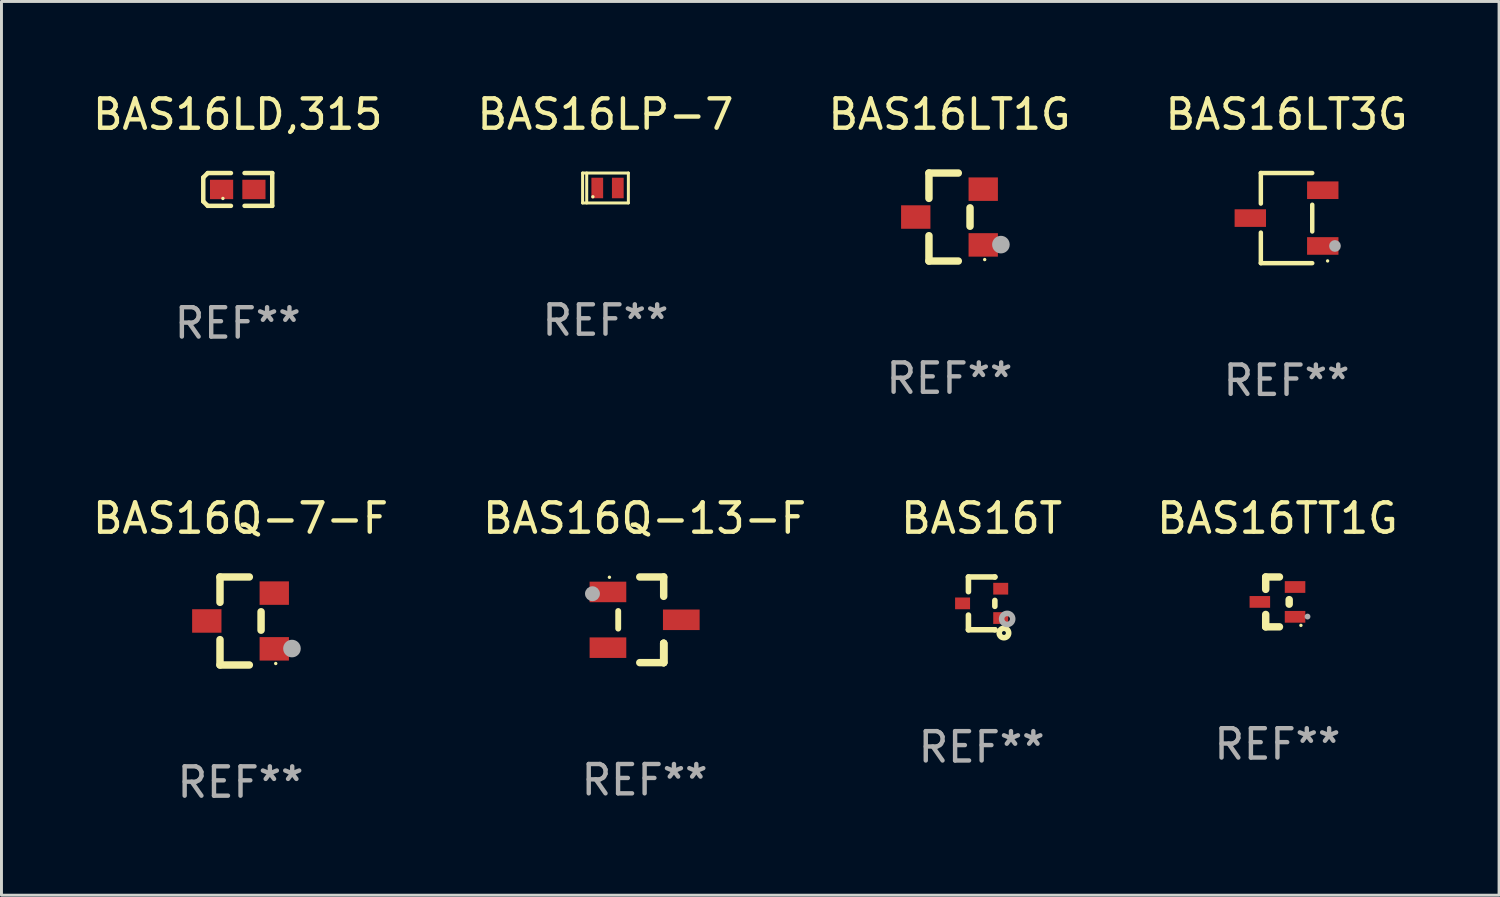
<source format=kicad_pcb>
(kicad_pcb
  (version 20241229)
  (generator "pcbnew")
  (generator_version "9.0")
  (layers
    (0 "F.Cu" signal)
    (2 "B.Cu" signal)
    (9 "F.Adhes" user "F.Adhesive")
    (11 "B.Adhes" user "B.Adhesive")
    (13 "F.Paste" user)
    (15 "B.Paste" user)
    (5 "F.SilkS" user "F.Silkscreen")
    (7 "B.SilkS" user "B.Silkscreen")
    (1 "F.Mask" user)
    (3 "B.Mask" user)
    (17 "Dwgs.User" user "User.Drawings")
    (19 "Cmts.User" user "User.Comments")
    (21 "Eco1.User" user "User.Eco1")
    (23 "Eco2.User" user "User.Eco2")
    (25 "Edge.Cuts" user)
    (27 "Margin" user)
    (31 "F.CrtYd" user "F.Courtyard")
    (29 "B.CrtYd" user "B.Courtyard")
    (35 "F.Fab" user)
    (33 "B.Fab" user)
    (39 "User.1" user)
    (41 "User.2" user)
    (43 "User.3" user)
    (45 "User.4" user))
  (footprint "BAS16LT1G"
    (layer "F.Cu")
    (at 29.315 4.348)
    (property "Reference" "BAS16LT1G" (at 0 -3.5 0) (layer "F.SilkS") (effects (font (size 1 1) (thickness 0.15))))
    (attr through_hole)
    (fp_line (start -0.7 -1.5) (end 0.3 -1.5) (stroke (width 0.254) (type solid)) (layer "F.SilkS"))
    (fp_line (start -0.7 -0.636) (end -0.7 -1.5) (stroke (width 0.254) (type solid)) (layer "F.SilkS"))
    (fp_line (start -0.7 1.5) (end -0.7 0.636) (stroke (width 0.254) (type solid)) (layer "F.SilkS"))
    (fp_line (start -0.7 1.5) (end 0.3 1.5) (stroke (width 0.254) (type solid)) (layer "F.SilkS"))
    (fp_line (start 0.7 0.314) (end 0.7 -0.314) (stroke (width 0.254) (type solid)) (layer "F.SilkS"))
    (fp_circle (center 1.2 1.45) (end 1.23 1.45) (stroke (width 0.06) (type solid)) (fill no) (layer "F.SilkS"))
    (fp_circle (center 1.753 0.94) (end 1.903 0.94) (stroke (width 0.3) (type solid)) (fill no) (layer "F.Fab"))
    (fp_text user "REF**" (at 0 5.5 0) (layer "F.Fab") (effects (font (size 1 1) (thickness 0.15))))
    (pad "1" smd rect (at 1.15 0.95 180) (size 1 0.8) (layers "F.Cu" "F.Mask" "F.Paste"))
    (pad "2" smd rect (at 1.15 -0.95 180) (size 1 0.8) (layers "F.Cu" "F.Mask" "F.Paste"))
    (pad "3" smd rect (at -1.15 -0.000051 180) (size 1 0.8) (layers "F.Cu" "F.Mask" "F.Paste")))
  (footprint "BAS16Q-13-F"
    (layer "F.Cu")
    (at 18.923 18.077)
    (property "Reference" "BAS16Q-13-F" (at 0 -3.46 0) (layer "F.SilkS") (effects (font (size 1 1) (thickness 0.15))))
    (attr through_hole)
    (fp_line (start -0.9 -0.3) (end -0.9 0.3) (stroke (width 0.2) (type solid)) (layer "F.SilkS"))
    (fp_line (start -0.165 -1.46) (end 0.65 -1.46) (stroke (width 0.254) (type solid)) (layer "F.SilkS"))
    (fp_line (start 0.65 -1.46) (end 0.65 -0.8) (stroke (width 0.254) (type solid)) (layer "F.SilkS"))
    (fp_line (start 0.65 0.8) (end 0.65 1.46) (stroke (width 0.254) (type solid)) (layer "F.SilkS"))
    (fp_line (start 0.65 0.8) (end 0.65 1.46) (stroke (width 0.254) (type solid)) (layer "F.SilkS"))
    (fp_line (start 0.65 1.46) (end -0.165 1.46) (stroke (width 0.254) (type solid)) (layer "F.SilkS"))
    (fp_line (start 0.65 1.46) (end 0.65 0.8) (stroke (width 0.254) (type solid)) (layer "F.SilkS"))
    (fp_circle (center -1.2 -1.45) (end -1.17 -1.45) (stroke (width 0.06) (type solid)) (fill no) (layer "F.SilkS"))
    (fp_circle (center -1.778 -0.889) (end -1.651 -0.889) (stroke (width 0.254) (type solid)) (fill no) (layer "F.Fab"))
    (fp_text user "REF**" (at 0 5.46 0) (layer "F.Fab") (effects (font (size 1 1) (thickness 0.15))))
    (pad "1" smd rect (at -1.25 -0.95 90) (size 0.7 1.25) (layers "F.Cu" "F.Mask" "F.Paste"))
    (pad "2" smd rect (at -1.25 0.95 90) (size 0.7 1.25) (layers "F.Cu" "F.Mask" "F.Paste"))
    (pad "3" smd rect (at 1.25 -0.000051 90) (size 0.7 1.25) (layers "F.Cu" "F.Mask" "F.Paste")))
  (footprint "BAS16T"
    (layer "F.Cu")
    (at 30.411 17.517)
    (property "Reference" "BAS16T" (at 0 -2.9 0) (layer "F.SilkS") (effects (font (size 1 1) (thickness 0.15))))
    (attr through_hole)
    (fp_line (start -0.45 -0.9) (end 0.45 -0.9) (stroke (width 0.19) (type solid)) (layer "F.SilkS"))
    (fp_line (start -0.45 -0.399) (end -0.45 -0.9) (stroke (width 0.19) (type solid)) (layer "F.SilkS"))
    (fp_line (start -0.45 0.9) (end -0.45 0.399) (stroke (width 0.19) (type solid)) (layer "F.SilkS"))
    (fp_line (start -0.45 0.9) (end 0.45 0.9) (stroke (width 0.19) (type solid)) (layer "F.SilkS"))
    (fp_line (start 0.45 -0.899) (end 0.45 -0.9) (stroke (width 0.19) (type solid)) (layer "F.SilkS"))
    (fp_line (start 0.45 0.101) (end 0.45 -0.101) (stroke (width 0.19) (type solid)) (layer "F.SilkS"))
    (fp_line (start 0.45 0.9) (end 0.45 0.899) (stroke (width 0.19) (type solid)) (layer "F.SilkS"))
    (fp_circle (center 0.76 1.01) (end 0.827 1.01) (stroke (width 0.19) (type solid)) (fill no) (layer "F.SilkS"))
    (fp_circle (center 0.8 0.8) (end 0.81 0.8) (stroke (width 0.02) (type solid)) (fill no) (layer "F.SilkS"))
    (fp_circle (center 0.87 0.53) (end 0.964 0.53) (stroke (width 0.19) (type solid)) (fill no) (layer "F.Fab"))
    (fp_text user "REF**" (at 0 4.9 0) (layer "F.Fab") (effects (font (size 1 1) (thickness 0.15))))
    (pad "1" smd rect (at 0.65 0.5 90) (size 0.4 0.51) (layers "F.Cu" "F.Mask" "F.Paste"))
    (pad "2" smd rect (at 0.65 -0.5 90) (size 0.4 0.51) (layers "F.Cu" "F.Mask" "F.Paste"))
    (pad "3" smd rect (at -0.65 0.000127 90) (size 0.4 0.51) (layers "F.Cu" "F.Mask" "F.Paste")))
  (footprint "BAS16TT1G"
    (layer "F.Cu")
    (at 40.494 17.467)
    (property "Reference" "BAS16TT1G" (at 0 -2.85 0) (layer "F.SilkS") (effects (font (size 1 1) (thickness 0.15))))
    (attr through_hole)
    (fp_line (start -0.4 0.85) (end 0.068 0.85) (stroke (width 0.254) (type solid)) (layer "F.SilkS"))
    (fp_line (start -0.4 -0.85) (end -0.4 -0.428) (stroke (width 0.254) (type solid)) (layer "F.SilkS"))
    (fp_line (start -0.4 -0.85) (end 0.068 -0.85) (stroke (width 0.254) (type solid)) (layer "F.SilkS"))
    (fp_line (start -0.4 0.428) (end -0.4 0.85) (stroke (width 0.254) (type solid)) (layer "F.SilkS"))
    (fp_line (start 0.4 -0.077) (end 0.4 0.077) (stroke (width 0.254) (type solid)) (layer "F.SilkS"))
    (fp_circle (center 0.8 0.8) (end 0.83 0.8) (stroke (width 0.06) (type solid)) (fill no) (layer "F.SilkS"))
    (fp_circle (center 1.025 0.5) (end 1.075 0.5) (stroke (width 0.1) (type solid)) (fill no) (layer "F.Fab"))
    (fp_text user "REF**" (at 0 4.85 0) (layer "F.Fab") (effects (font (size 1 1) (thickness 0.15))))
    (pad "1" smd rect (at 0.6 0.508 90) (size 0.4 0.7) (layers "F.Cu" "F.Mask" "F.Paste"))
    (pad "2" smd rect (at 0.6 -0.508 90) (size 0.4 0.7) (layers "F.Cu" "F.Mask" "F.Paste"))
    (pad "3" smd rect (at -0.6 0.00014 90) (size 0.4 0.7) (layers "F.Cu" "F.Mask" "F.Paste")))
  (footprint "BAS16Q-7-F"
    (layer "F.Cu")
    (at 5.149 18.117)
    (property "Reference" "BAS16Q-7-F" (at 0 -3.5 0) (layer "F.SilkS") (effects (font (size 1 1) (thickness 0.15))))
    (attr through_hole)
    (fp_line (start -0.7 -1.5) (end 0.3 -1.5) (stroke (width 0.254) (type solid)) (layer "F.SilkS"))
    (fp_line (start -0.7 -0.636) (end -0.7 -1.5) (stroke (width 0.254) (type solid)) (layer "F.SilkS"))
    (fp_line (start -0.7 1.5) (end -0.7 0.636) (stroke (width 0.254) (type solid)) (layer "F.SilkS"))
    (fp_line (start -0.7 1.5) (end 0.3 1.5) (stroke (width 0.254) (type solid)) (layer "F.SilkS"))
    (fp_line (start 0.7 0.314) (end 0.7 -0.314) (stroke (width 0.254) (type solid)) (layer "F.SilkS"))
    (fp_circle (center 1.2 1.45) (end 1.23 1.45) (stroke (width 0.06) (type solid)) (fill no) (layer "F.SilkS"))
    (fp_circle (center 1.753 0.94) (end 1.903 0.94) (stroke (width 0.3) (type solid)) (fill no) (layer "F.Fab"))
    (fp_text user "REF**" (at 0 5.5 0) (layer "F.Fab") (effects (font (size 1 1) (thickness 0.15))))
    (pad "1" smd rect (at 1.15 0.95 180) (size 1 0.8) (layers "F.Cu" "F.Mask" "F.Paste"))
    (pad "2" smd rect (at 1.15 -0.95 180) (size 1 0.8) (layers "F.Cu" "F.Mask" "F.Paste"))
    (pad "3" smd rect (at -1.15 -0.000051 180) (size 1 0.8) (layers "F.Cu" "F.Mask" "F.Paste")))
  (footprint "BAS16LT3G"
    (layer "F.Cu")
    (at 40.804 4.384)
    (property "Reference" "BAS16LT3G" (at 0 -3.536 0) (layer "F.SilkS") (effects (font (size 1 1) (thickness 0.15))))
    (attr through_hole)
    (fp_line (start -0.876 -1.536) (end -0.876 -0.495) (stroke (width 0.152) (type solid)) (layer "F.SilkS"))
    (fp_line (start -0.876 1.536) (end -0.876 0.495) (stroke (width 0.152) (type solid)) (layer "F.SilkS"))
    (fp_line (start 0.876 -1.536) (end -0.876 -1.536) (stroke (width 0.152) (type solid)) (layer "F.SilkS"))
    (fp_line (start 0.876 -0.455) (end 0.876 0.455) (stroke (width 0.152) (type solid)) (layer "F.SilkS"))
    (fp_line (start 0.876 1.536) (end -0.876 1.536) (stroke (width 0.152) (type solid)) (layer "F.SilkS"))
    (fp_circle (center 1.4 1.46) (end 1.43 1.46) (stroke (width 0.06) (type solid)) (fill no) (layer "F.SilkS"))
    (fp_circle (center 1.651 0.95) (end 1.751 0.95) (stroke (width 0.2) (type solid)) (fill no) (layer "F.Fab"))
    (fp_text user "REF**" (at 0 5.536 0) (layer "F.Fab") (effects (font (size 1 1) (thickness 0.15))))
    (pad "1" smd rect (at 1.235 0.95) (size 1.07 0.6) (layers "F.Cu" "F.Mask" "F.Paste"))
    (pad "2" smd rect (at 1.235 -0.95) (size 1.07 0.6) (layers "F.Cu" "F.Mask" "F.Paste"))
    (pad "3" smd rect (at -1.235 0) (size 1.07 0.6) (layers "F.Cu" "F.Mask" "F.Paste")))
  (footprint "BAS16LD,315"
    (layer "F.Cu")
    (at 5.054 3.408)
    (property "Reference" "BAS16LD,315" (at 0 -2.559 0) (layer "F.SilkS") (effects (font (size 1 1) (thickness 0.15))))
    (attr through_hole)
    (fp_line (start -1.175 -0.407) (end -1.023 -0.559) (stroke (width 0.152) (type solid)) (layer "F.SilkS"))
    (fp_line (start -1.175 0.407) (end -1.175 -0.407) (stroke (width 0.152) (type solid)) (layer "F.SilkS"))
    (fp_line (start -1.023 -0.559) (end -0.232 -0.559) (stroke (width 0.152) (type solid)) (layer "F.SilkS"))
    (fp_line (start -1.023 0.559) (end -1.175 0.407) (stroke (width 0.152) (type solid)) (layer "F.SilkS"))
    (fp_line (start -0.232 0.559) (end -1.023 0.559) (stroke (width 0.152) (type solid)) (layer "F.SilkS"))
    (fp_line (start 0.232 0.559) (end 1.175 0.559) (stroke (width 0.152) (type solid)) (layer "F.SilkS"))
    (fp_line (start 1.175 -0.559) (end 0.232 -0.559) (stroke (width 0.152) (type solid)) (layer "F.SilkS"))
    (fp_line (start 1.175 0.559) (end 1.175 -0.559) (stroke (width 0.152) (type solid)) (layer "F.SilkS"))
    (fp_circle (center -0.506 0.306) (end -0.476 0.306) (stroke (width 0.06) (type solid)) (fill no) (layer "F.SilkS"))
    (fp_text user "REF**" (at 0 4.559 0) (layer "F.Fab") (effects (font (size 1 1) (thickness 0.15))))
    (pad "1" smd rect (at -0.551 0) (size 0.79 0.661) (layers "F.Cu" "F.Mask" "F.Paste"))
    (pad "2" smd rect (at 0.551 0) (size 0.79 0.661) (layers "F.Cu" "F.Mask" "F.Paste")))
  (footprint "BAS16LP-7"
    (layer "F.Cu")
    (at 17.589 3.358)
    (property "Reference" "BAS16LP-7" (at 0 -2.51 0) (layer "F.SilkS") (effects (font (size 1 1) (thickness 0.15))))
    (attr through_hole)
    (fp_line (start -0.78 -0.51) (end -0.78 0.51) (stroke (width 0.102) (type solid)) (layer "F.SilkS"))
    (fp_line (start -0.78 -0.51) (end 0.78 -0.51) (stroke (width 0.102) (type solid)) (layer "F.SilkS"))
    (fp_line (start -0.78 0.51) (end 0.78 0.51) (stroke (width 0.102) (type solid)) (layer "F.SilkS"))
    (fp_line (start -0.64 -0.51) (end -0.64 0.51) (stroke (width 0.102) (type solid)) (layer "F.SilkS"))
    (fp_line (start 0.78 -0.51) (end 0.78 0.51) (stroke (width 0.102) (type solid)) (layer "F.SilkS"))
    (fp_circle (center -0.43 0.3) (end -0.4 0.3) (stroke (width 0.06) (type solid)) (fill no) (layer "F.SilkS"))
    (fp_text user "REF**" (at 0 4.51 0) (layer "F.Fab") (effects (font (size 1 1) (thickness 0.15))))
    (pad "1" smd rect (at -0.28 0) (size 0.4 0.7) (layers "F.Cu" "F.Mask" "F.Paste"))
    (pad "2" smd rect (at 0.42 0) (size 0.4 0.7) (layers "F.Cu" "F.Mask" "F.Paste")))
  (gr_rect
    (start -3 -3)
    (end 48.048 27.465)
    (stroke (width 0.1) (type default))
    (fill no)
    (layer "Edge.Cuts")))
</source>
